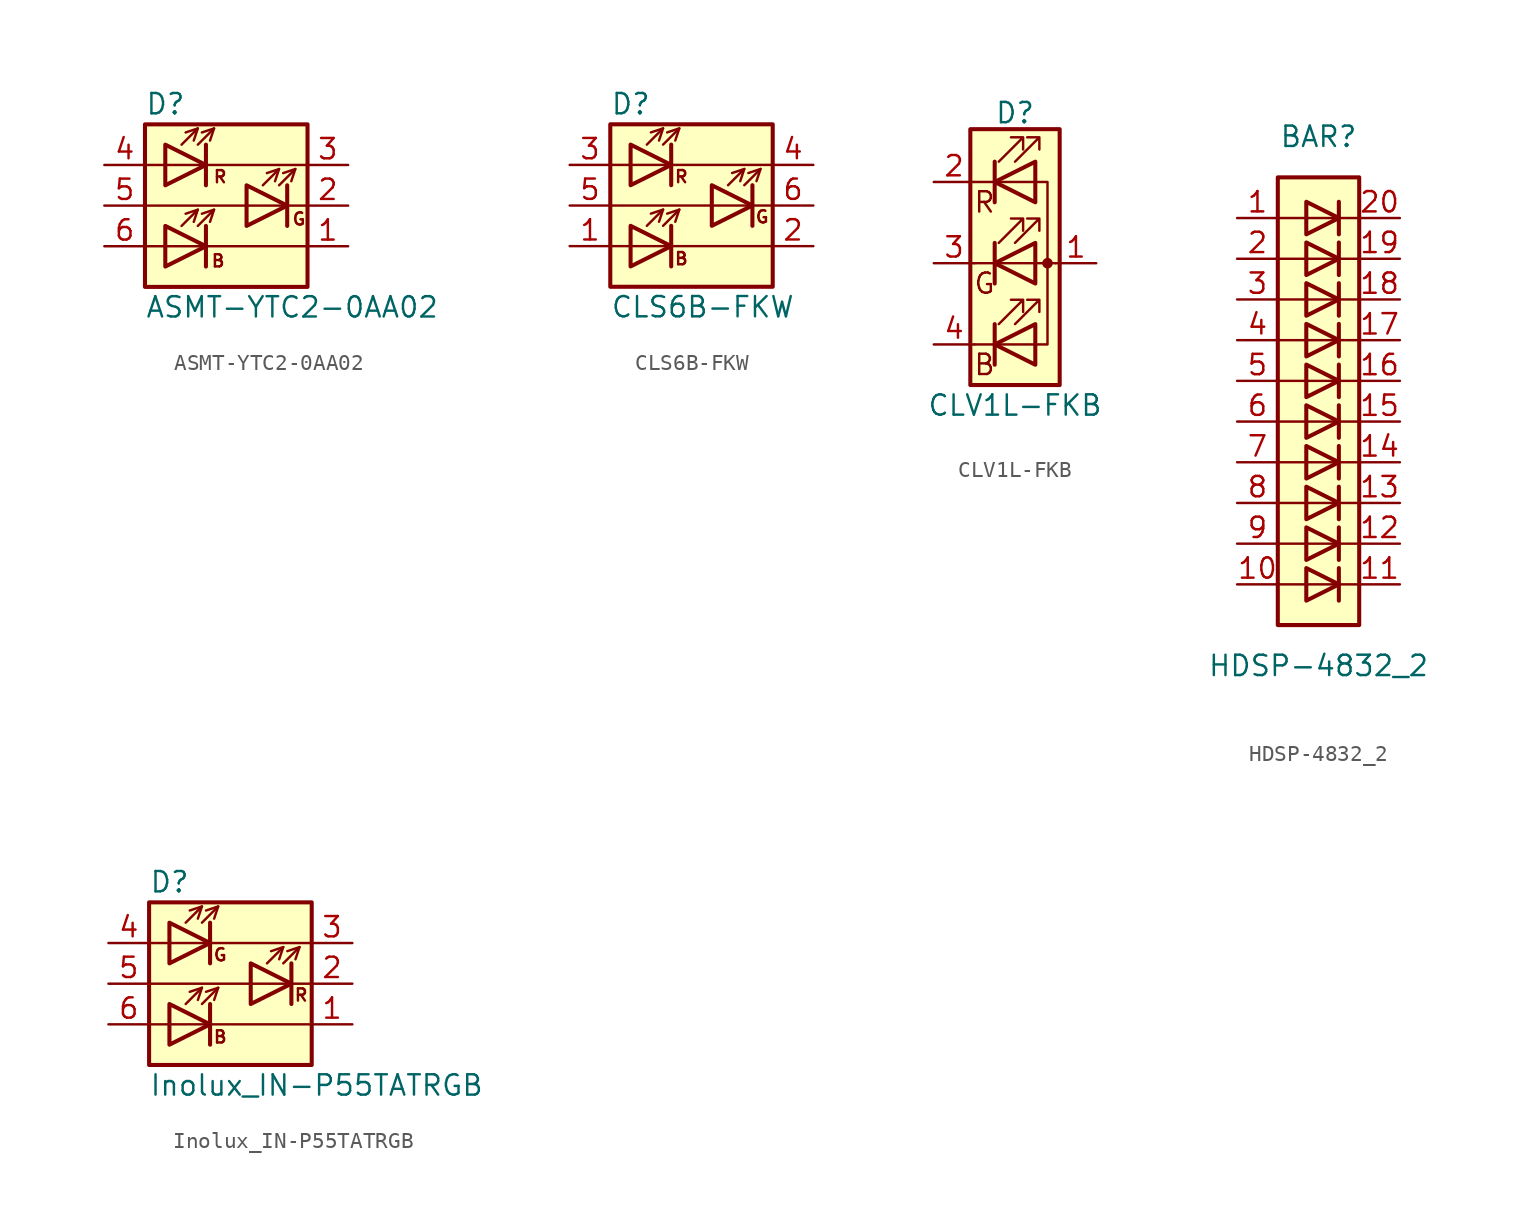
<source format=kicad_sym>
(kicad_symbol_lib
  (version 20231120)
  (generator "kicad_symbol_editor")
  (generator_version "8.0")
  (symbol "ASMT-YTC2-0AA02"
    (pin_names hide)
    (property "Reference" "D"
      (at -5.08 6.35 0)
      (effects (font (size 1.27 1.27)) (justify left)))
    (property "Value" "ASMT-YTC2-0AA02"
      (at -5.08 -6.35 0)
      (effects (font (size 1.27 1.27)) (justify left)))
    (symbol "ASMT-YTC2-0AA02_0_0"
      (text "B" (at -0.508 -3.454 0) (effects (font (size 0.762 0.762))))
      (text "G" (at 4.547 -0.838 0) (effects (font (size 0.762 0.762))))
      (text "R" (at -0.381 1.803 0) (effects (font (size 0.762 0.762)))))
    (symbol "ASMT-YTC2-0AA02_0_1"
      (rectangle (start -5.08 5.08) (end 5.08 -5.08) (stroke (width 0.254) (type default)) (fill (type background)))
      (polyline (pts (xy -5.08 -2.54) (xy 5.08 -2.54)) (stroke (width 0) (type default)) (fill (type none)))
      (polyline (pts (xy -5.08 0) (xy 5.08 0)) (stroke (width 0) (type default)) (fill (type none)))
      (polyline (pts (xy -5.08 2.54) (xy 5.08 2.54)) (stroke (width 0) (type default)) (fill (type none)))
      (polyline (pts (xy -2.794 -1.27) (xy -1.778 -0.254)) (stroke (width 0) (type default)) (fill (type none)))
      (polyline (pts (xy -2.794 3.81) (xy -1.778 4.826)) (stroke (width 0) (type default)) (fill (type none)))
      (polyline (pts (xy -1.778 -1.27) (xy -0.762 -0.254)) (stroke (width 0) (type default)) (fill (type none)))
      (polyline (pts (xy -1.778 3.81) (xy -0.762 4.826)) (stroke (width 0) (type default)) (fill (type none)))
      (polyline (pts (xy -1.27 -1.27) (xy -1.27 -3.81)) (stroke (width 0.254) (type default)) (fill (type none)))
      (polyline (pts (xy -1.27 3.81) (xy -1.27 1.27)) (stroke (width 0.254) (type default)) (fill (type none)))
      (polyline (pts (xy 2.286 1.27) (xy 3.302 2.286)) (stroke (width 0) (type default)) (fill (type none)))
      (polyline (pts (xy 3.302 1.27) (xy 4.318 2.286)) (stroke (width 0) (type default)) (fill (type none)))
      (polyline (pts (xy 3.81 1.27) (xy 3.81 -1.27)) (stroke (width 0.254) (type default)) (fill (type none)))
      (polyline (pts (xy -2.54 4.572) (xy -1.778 4.826) (xy -2.032 4.064)) (stroke (width 0) (type default)) (fill (type none)))
      (polyline (pts (xy -2.032 -1.016) (xy -1.778 -0.254) (xy -2.54 -0.508)) (stroke (width 0) (type default)) (fill (type none)))
      (polyline (pts (xy -1.524 -0.508) (xy -0.762 -0.254) (xy -1.016 -1.016)) (stroke (width 0) (type default)) (fill (type none)))
      (polyline (pts (xy -1.524 4.572) (xy -0.762 4.826) (xy -1.016 4.064)) (stroke (width 0) (type default)) (fill (type none)))
      (polyline (pts (xy 3.048 1.524) (xy 3.302 2.286) (xy 2.54 2.032)) (stroke (width 0) (type default)) (fill (type none)))
      (polyline (pts (xy 3.556 2.032) (xy 4.318 2.286) (xy 4.064 1.524)) (stroke (width 0) (type default)) (fill (type none)))
      (polyline (pts (xy -3.81 -1.27) (xy -3.81 -3.81) (xy -1.27 -2.54) (xy -3.81 -1.27)) (stroke (width 0.254) (type default)) (fill (type none)))
      (polyline (pts (xy -3.81 3.81) (xy -3.81 1.27) (xy -1.27 2.54) (xy -3.81 3.81)) (stroke (width 0.254) (type default)) (fill (type none)))
      (polyline (pts (xy 1.27 1.27) (xy 1.27 -1.27) (xy 3.81 0) (xy 1.27 1.27)) (stroke (width 0.254) (type default)) (fill (type none))))
    (symbol "ASMT-YTC2-0AA02_1_1"
      (pin passive line (at 7.62 -2.54 180) (length 2.54) (name "KB" (effects (font (size 1.27 1.27)))) (number "1" (effects (font (size 1.27 1.27)))))
      (pin passive line (at 7.62 0 180) (length 2.54) (name "KG" (effects (font (size 1.27 1.27)))) (number "2" (effects (font (size 1.27 1.27)))))
      (pin passive line (at 7.62 2.54 180) (length 2.54) (name "KR" (effects (font (size 1.27 1.27)))) (number "3" (effects (font (size 1.27 1.27)))))
      (pin passive line (at -7.62 2.54 0) (length 2.54) (name "AR" (effects (font (size 1.27 1.27)))) (number "4" (effects (font (size 1.27 1.27)))))
      (pin passive line (at -7.62 0 0) (length 2.54) (name "AG" (effects (font (size 1.27 1.27)))) (number "5" (effects (font (size 1.27 1.27)))))
      (pin passive line (at -7.62 -2.54 0) (length 2.54) (name "AB" (effects (font (size 1.27 1.27)))) (number "6" (effects (font (size 1.27 1.27)))))))
  (symbol "CLS6B-FKW"
    (pin_names hide)
    (property "Reference" "D"
      (at -5.08 6.35 0)
      (effects (font (size 1.27 1.27)) (justify left)))
    (property "Value" "CLS6B-FKW"
      (at -5.08 -6.35 0)
      (effects (font (size 1.27 1.27)) (justify left)))
    (symbol "CLS6B-FKW_0_0"
      (text "B" (at -0.635 -3.327 0) (effects (font (size 0.762 0.762))))
      (text "G" (at 4.42 -0.711 0) (effects (font (size 0.762 0.762))))
      (text "R" (at -0.635 1.803 0) (effects (font (size 0.762 0.762)))))
    (symbol "CLS6B-FKW_0_1"
      (rectangle (start -5.08 5.08) (end 5.08 -5.08) (stroke (width 0.254) (type default)) (fill (type background)))
      (polyline (pts (xy -5.08 -2.54) (xy 5.08 -2.54)) (stroke (width 0) (type default)) (fill (type none)))
      (polyline (pts (xy -5.08 0) (xy 5.08 0)) (stroke (width 0) (type default)) (fill (type none)))
      (polyline (pts (xy -5.08 2.54) (xy 5.08 2.54)) (stroke (width 0) (type default)) (fill (type none)))
      (polyline (pts (xy -2.794 -1.27) (xy -1.778 -0.254)) (stroke (width 0) (type default)) (fill (type none)))
      (polyline (pts (xy -2.794 3.81) (xy -1.778 4.826)) (stroke (width 0) (type default)) (fill (type none)))
      (polyline (pts (xy -1.778 -1.27) (xy -0.762 -0.254)) (stroke (width 0) (type default)) (fill (type none)))
      (polyline (pts (xy -1.778 3.81) (xy -0.762 4.826)) (stroke (width 0) (type default)) (fill (type none)))
      (polyline (pts (xy -1.27 -1.27) (xy -1.27 -3.81)) (stroke (width 0.254) (type default)) (fill (type none)))
      (polyline (pts (xy -1.27 3.81) (xy -1.27 1.27)) (stroke (width 0.254) (type default)) (fill (type none)))
      (polyline (pts (xy 2.286 1.27) (xy 3.302 2.286)) (stroke (width 0) (type default)) (fill (type none)))
      (polyline (pts (xy 3.302 1.27) (xy 4.318 2.286)) (stroke (width 0) (type default)) (fill (type none)))
      (polyline (pts (xy 3.81 1.27) (xy 3.81 -1.27)) (stroke (width 0.254) (type default)) (fill (type none)))
      (polyline (pts (xy -2.54 4.572) (xy -1.778 4.826) (xy -2.032 4.064)) (stroke (width 0) (type default)) (fill (type none)))
      (polyline (pts (xy -2.032 -1.016) (xy -1.778 -0.254) (xy -2.54 -0.508)) (stroke (width 0) (type default)) (fill (type none)))
      (polyline (pts (xy -1.524 -0.508) (xy -0.762 -0.254) (xy -1.016 -1.016)) (stroke (width 0) (type default)) (fill (type none)))
      (polyline (pts (xy -1.524 4.572) (xy -0.762 4.826) (xy -1.016 4.064)) (stroke (width 0) (type default)) (fill (type none)))
      (polyline (pts (xy 3.048 1.524) (xy 3.302 2.286) (xy 2.54 2.032)) (stroke (width 0) (type default)) (fill (type none)))
      (polyline (pts (xy 3.556 2.032) (xy 4.318 2.286) (xy 4.064 1.524)) (stroke (width 0) (type default)) (fill (type none)))
      (polyline (pts (xy -3.81 -1.27) (xy -3.81 -3.81) (xy -1.27 -2.54) (xy -3.81 -1.27)) (stroke (width 0.254) (type default)) (fill (type none)))
      (polyline (pts (xy -3.81 3.81) (xy -3.81 1.27) (xy -1.27 2.54) (xy -3.81 3.81)) (stroke (width 0.254) (type default)) (fill (type none)))
      (polyline (pts (xy 1.27 1.27) (xy 1.27 -1.27) (xy 3.81 0) (xy 1.27 1.27)) (stroke (width 0.254) (type default)) (fill (type none))))
    (symbol "CLS6B-FKW_1_1"
      (pin passive line (at -7.62 -2.54 0) (length 2.54) (name "AB" (effects (font (size 1.27 1.27)))) (number "1" (effects (font (size 1.27 1.27)))))
      (pin passive line (at 7.62 -2.54 180) (length 2.54) (name "KB" (effects (font (size 1.27 1.27)))) (number "2" (effects (font (size 1.27 1.27)))))
      (pin passive line (at -7.62 2.54 0) (length 2.54) (name "AR" (effects (font (size 1.27 1.27)))) (number "3" (effects (font (size 1.27 1.27)))))
      (pin passive line (at 7.62 2.54 180) (length 2.54) (name "KR" (effects (font (size 1.27 1.27)))) (number "4" (effects (font (size 1.27 1.27)))))
      (pin passive line (at -7.62 0 0) (length 2.54) (name "AG" (effects (font (size 1.27 1.27)))) (number "5" (effects (font (size 1.27 1.27)))))
      (pin passive line (at 7.62 0 180) (length 2.54) (name "KR" (effects (font (size 1.27 1.27)))) (number "6" (effects (font (size 1.27 1.27)))))))
  (symbol "CLV1L-FKB"
    (pin_names
      (offset 0) hide)
    (property "Reference" "D"
      (at 0 9.398 0)
      (effects (font (size 1.27 1.27))))
    (property "Value" "CLV1L-FKB"
      (at 0 -8.89 0)
      (effects (font (size 1.27 1.27))))
    (symbol "CLV1L-FKB_0_0"
      (text "B" (at -1.905 -6.35 0) (effects (font (size 1.27 1.27))))
      (text "G" (at -1.905 -1.27 0) (effects (font (size 1.27 1.27))))
      (text "R" (at -1.905 3.81 0) (effects (font (size 1.27 1.27)))))
    (symbol "CLV1L-FKB_0_1"
      (polyline (pts (xy -2.54 -5.08) (xy 1.27 -5.08)) (stroke (width 0) (type default)) (fill (type none)))
      (polyline (pts (xy -1.27 -3.81) (xy -1.27 -6.35)) (stroke (width 0.254) (type default)) (fill (type none)))
      (polyline (pts (xy -1.27 1.27) (xy -1.27 -1.27)) (stroke (width 0.254) (type default)) (fill (type none)))
      (polyline (pts (xy -1.27 6.35) (xy -1.27 3.81)) (stroke (width 0.254) (type default)) (fill (type none)))
      (polyline (pts (xy 1.27 5.08) (xy -2.54 5.08)) (stroke (width 0) (type default)) (fill (type none)))
      (polyline (pts (xy 2.54 0) (xy -2.54 0)) (stroke (width 0) (type default)) (fill (type none)))
      (polyline (pts (xy 1.27 -5.08) (xy 2.032 -5.08) (xy 2.032 5.08) (xy 1.27 5.08)) (stroke (width 0) (type default)) (fill (type none)))
      (polyline (pts (xy 1.27 -3.81) (xy 1.27 -6.35) (xy -1.27 -5.08) (xy 1.27 -3.81)) (stroke (width 0.254) (type default)) (fill (type none)))
      (polyline (pts (xy 1.27 1.27) (xy 1.27 -1.27) (xy -1.27 0) (xy 1.27 1.27)) (stroke (width 0.254) (type default)) (fill (type none)))
      (polyline (pts (xy 1.27 6.35) (xy 1.27 3.81) (xy -1.27 5.08) (xy 1.27 6.35)) (stroke (width 0.254) (type default)) (fill (type none)))
      (polyline (pts (xy -1.016 -3.81) (xy 0.508 -2.286) (xy -0.254 -2.286) (xy 0.508 -2.286) (xy 0.508 -3.048)) (stroke (width 0) (type default)) (fill (type none)))
      (polyline (pts (xy -1.016 1.27) (xy 0.508 2.794) (xy -0.254 2.794) (xy 0.508 2.794) (xy 0.508 2.032)) (stroke (width 0) (type default)) (fill (type none)))
      (polyline (pts (xy -1.016 6.35) (xy 0.508 7.874) (xy -0.254 7.874) (xy 0.508 7.874) (xy 0.508 7.112)) (stroke (width 0) (type default)) (fill (type none)))
      (polyline (pts (xy 0 -3.81) (xy 1.524 -2.286) (xy 0.762 -2.286) (xy 1.524 -2.286) (xy 1.524 -3.048)) (stroke (width 0) (type default)) (fill (type none)))
      (polyline (pts (xy 0 1.27) (xy 1.524 2.794) (xy 0.762 2.794) (xy 1.524 2.794) (xy 1.524 2.032)) (stroke (width 0) (type default)) (fill (type none)))
      (polyline (pts (xy 0 6.35) (xy 1.524 7.874) (xy 0.762 7.874) (xy 1.524 7.874) (xy 1.524 7.112)) (stroke (width 0) (type default)) (fill (type none)))
      (rectangle (start 1.27 6.35) (end 1.27 6.35) (stroke (width 0) (type default)) (fill (type none)))
      (circle (center 2.032 0) (radius 0.254) (stroke (width 0) (type default)) (fill (type outline)))
      (rectangle (start 2.794 8.382) (end -2.794 -7.62) (stroke (width 0.254) (type default)) (fill (type background))))
    (symbol "CLV1L-FKB_1_1"
      (pin passive line (at 5.08 0 180) (length 2.54) (name "A" (effects (font (size 1.27 1.27)))) (number "1" (effects (font (size 1.27 1.27)))))
      (pin passive line (at -5.08 5.08 0) (length 2.54) (name "RK" (effects (font (size 1.27 1.27)))) (number "2" (effects (font (size 1.27 1.27)))))
      (pin passive line (at -5.08 0 0) (length 2.54) (name "GK" (effects (font (size 1.27 1.27)))) (number "3" (effects (font (size 1.27 1.27)))))
      (pin passive line (at -5.08 -5.08 0) (length 2.54) (name "BK" (effects (font (size 1.27 1.27)))) (number "4" (effects (font (size 1.27 1.27)))))))
  (symbol "HDSP-4832_2"
    (pin_names
      (offset 1.016) hide)
    (property "Reference" "BAR"
      (at 0 15.24 0)
      (effects (font (size 1.27 1.27))))
    (property "Value" "HDSP-4832_2"
      (at 0 -17.78 0)
      (effects (font (size 1.27 1.27))))
    (symbol "HDSP-4832_2_0_1"
      (rectangle (start -2.54 12.7) (end 2.54 -15.24) (stroke (width 0.254) (type default)) (fill (type background)))
      (polyline (pts (xy -2.54 -12.7) (xy 2.54 -12.7)) (stroke (width 0) (type default)) (fill (type none)))
      (polyline (pts (xy -2.54 -10.16) (xy 2.54 -10.16)) (stroke (width 0) (type default)) (fill (type none)))
      (polyline (pts (xy -2.54 -7.62) (xy 2.54 -7.62)) (stroke (width 0) (type default)) (fill (type none)))
      (polyline (pts (xy -2.54 -5.08) (xy 2.54 -5.08)) (stroke (width 0) (type default)) (fill (type none)))
      (polyline (pts (xy -2.54 0) (xy 2.54 0)) (stroke (width 0) (type default)) (fill (type none)))
      (polyline (pts (xy -2.54 5.08) (xy 2.54 5.08)) (stroke (width 0) (type default)) (fill (type none)))
      (polyline (pts (xy -2.54 7.62) (xy 2.54 7.62)) (stroke (width 0) (type default)) (fill (type none)))
      (polyline (pts (xy -2.54 10.16) (xy 2.54 10.16)) (stroke (width 0) (type default)) (fill (type none)))
      (polyline (pts (xy 1.27 -11.684) (xy 1.27 -13.716)) (stroke (width 0.254) (type default)) (fill (type none)))
      (polyline (pts (xy 1.27 -9.144) (xy 1.27 -11.176)) (stroke (width 0.254) (type default)) (fill (type none)))
      (polyline (pts (xy 1.27 -6.604) (xy 1.27 -8.636)) (stroke (width 0.254) (type default)) (fill (type none)))
      (polyline (pts (xy 1.27 -4.064) (xy 1.27 -6.096)) (stroke (width 0.254) (type default)) (fill (type none)))
      (polyline (pts (xy 1.27 -1.524) (xy 1.27 -3.556)) (stroke (width 0.254) (type default)) (fill (type none)))
      (polyline (pts (xy 1.27 1.016) (xy 1.27 -1.016)) (stroke (width 0.254) (type default)) (fill (type none)))
      (polyline (pts (xy 1.27 3.556) (xy 1.27 1.524)) (stroke (width 0.254) (type default)) (fill (type none)))
      (polyline (pts (xy 1.27 6.096) (xy 1.27 4.064)) (stroke (width 0.254) (type default)) (fill (type none)))
      (polyline (pts (xy 1.27 8.636) (xy 1.27 6.604)) (stroke (width 0.254) (type default)) (fill (type none)))
      (polyline (pts (xy 1.27 11.176) (xy 1.27 9.144)) (stroke (width 0.254) (type default)) (fill (type none)))
      (polyline (pts (xy 2.54 -2.54) (xy -2.54 -2.54)) (stroke (width 0) (type default)) (fill (type none)))
      (polyline (pts (xy 2.54 2.54) (xy -2.54 2.54)) (stroke (width 0) (type default)) (fill (type none)))
      (polyline (pts (xy -0.762 -11.684) (xy -0.762 -13.716) (xy 1.27 -12.7) (xy -0.762 -11.684)) (stroke (width 0.254) (type default)) (fill (type none)))
      (polyline (pts (xy -0.762 -9.144) (xy -0.762 -11.176) (xy 1.27 -10.16) (xy -0.762 -9.144)) (stroke (width 0.254) (type default)) (fill (type none)))
      (polyline (pts (xy -0.762 -6.604) (xy -0.762 -8.636) (xy 1.27 -7.62) (xy -0.762 -6.604)) (stroke (width 0.254) (type default)) (fill (type none)))
      (polyline (pts (xy -0.762 -4.064) (xy -0.762 -6.096) (xy 1.27 -5.08) (xy -0.762 -4.064)) (stroke (width 0.254) (type default)) (fill (type none)))
      (polyline (pts (xy -0.762 -1.524) (xy -0.762 -3.556) (xy 1.27 -2.54) (xy -0.762 -1.524)) (stroke (width 0.254) (type default)) (fill (type none)))
      (polyline (pts (xy -0.762 1.016) (xy -0.762 -1.016) (xy 1.27 0) (xy -0.762 1.016)) (stroke (width 0.254) (type default)) (fill (type none)))
      (polyline (pts (xy -0.762 3.556) (xy -0.762 1.524) (xy 1.27 2.54) (xy -0.762 3.556)) (stroke (width 0.254) (type default)) (fill (type none)))
      (polyline (pts (xy -0.762 6.096) (xy -0.762 4.064) (xy 1.27 5.08) (xy -0.762 6.096)) (stroke (width 0.254) (type default)) (fill (type none)))
      (polyline (pts (xy -0.762 8.636) (xy -0.762 6.604) (xy 1.27 7.62) (xy -0.762 8.636)) (stroke (width 0.254) (type default)) (fill (type none)))
      (polyline (pts (xy -0.762 11.176) (xy -0.762 9.144) (xy 1.27 10.16) (xy -0.762 11.176)) (stroke (width 0.254) (type default)) (fill (type none))))
    (symbol "HDSP-4832_2_1_1"
      (pin passive line (at -5.08 10.16 0) (length 2.54) (name "A" (effects (font (size 1.27 1.27)))) (number "1" (effects (font (size 1.27 1.27)))))
      (pin passive line (at -5.08 -12.7 0) (length 2.54) (name "A" (effects (font (size 1.27 1.27)))) (number "10" (effects (font (size 1.27 1.27)))))
      (pin passive line (at 5.08 -12.7 180) (length 2.54) (name "K" (effects (font (size 1.27 1.27)))) (number "11" (effects (font (size 1.27 1.27)))))
      (pin passive line (at 5.08 -10.16 180) (length 2.54) (name "K" (effects (font (size 1.27 1.27)))) (number "12" (effects (font (size 1.27 1.27)))))
      (pin passive line (at 5.08 -7.62 180) (length 2.54) (name "K" (effects (font (size 1.27 1.27)))) (number "13" (effects (font (size 1.27 1.27)))))
      (pin passive line (at 5.08 -5.08 180) (length 2.54) (name "K" (effects (font (size 1.27 1.27)))) (number "14" (effects (font (size 1.27 1.27)))))
      (pin passive line (at 5.08 -2.54 180) (length 2.54) (name "K" (effects (font (size 1.27 1.27)))) (number "15" (effects (font (size 1.27 1.27)))))
      (pin passive line (at 5.08 0 180) (length 2.54) (name "K" (effects (font (size 1.27 1.27)))) (number "16" (effects (font (size 1.27 1.27)))))
      (pin passive line (at 5.08 2.54 180) (length 2.54) (name "K" (effects (font (size 1.27 1.27)))) (number "17" (effects (font (size 1.27 1.27)))))
      (pin passive line (at 5.08 5.08 180) (length 2.54) (name "K" (effects (font (size 1.27 1.27)))) (number "18" (effects (font (size 1.27 1.27)))))
      (pin passive line (at 5.08 7.62 180) (length 2.54) (name "K" (effects (font (size 1.27 1.27)))) (number "19" (effects (font (size 1.27 1.27)))))
      (pin passive line (at -5.08 7.62 0) (length 2.54) (name "A" (effects (font (size 1.27 1.27)))) (number "2" (effects (font (size 1.27 1.27)))))
      (pin passive line (at 5.08 10.16 180) (length 2.54) (name "K" (effects (font (size 1.27 1.27)))) (number "20" (effects (font (size 1.27 1.27)))))
      (pin passive line (at -5.08 5.08 0) (length 2.54) (name "A" (effects (font (size 1.27 1.27)))) (number "3" (effects (font (size 1.27 1.27)))))
      (pin passive line (at -5.08 2.54 0) (length 2.54) (name "A" (effects (font (size 1.27 1.27)))) (number "4" (effects (font (size 1.27 1.27)))))
      (pin passive line (at -5.08 0 0) (length 2.54) (name "A" (effects (font (size 1.27 1.27)))) (number "5" (effects (font (size 1.27 1.27)))))
      (pin passive line (at -5.08 -2.54 0) (length 2.54) (name "A" (effects (font (size 1.27 1.27)))) (number "6" (effects (font (size 1.27 1.27)))))
      (pin passive line (at -5.08 -5.08 0) (length 2.54) (name "A" (effects (font (size 1.27 1.27)))) (number "7" (effects (font (size 1.27 1.27)))))
      (pin passive line (at -5.08 -7.62 0) (length 2.54) (name "A" (effects (font (size 1.27 1.27)))) (number "8" (effects (font (size 1.27 1.27)))))
      (pin passive line (at -5.08 -10.16 0) (length 2.54) (name "A" (effects (font (size 1.27 1.27)))) (number "9" (effects (font (size 1.27 1.27)))))))
  (symbol "Inolux_IN-P55TATRGB"
    (pin_names hide)
    (property "Reference" "D"
      (at -5.08 6.35 0)
      (effects (font (size 1.27 1.27)) (justify left)))
    (property "Value" "Inolux_IN-P55TATRGB"
      (at -5.08 -6.35 0)
      (effects (font (size 1.27 1.27)) (justify left)))
    (symbol "Inolux_IN-P55TATRGB_0_0"
      (text "B" (at -0.635 -3.327 0) (effects (font (size 0.762 0.762)))))
    (symbol "Inolux_IN-P55TATRGB_0_1"
      (rectangle (start -5.08 5.08) (end 5.08 -5.08) (stroke (width 0.254) (type default)) (fill (type background)))
      (polyline (pts (xy -5.08 -2.54) (xy 5.08 -2.54)) (stroke (width 0) (type default)) (fill (type none)))
      (polyline (pts (xy -5.08 0) (xy 5.08 0)) (stroke (width 0) (type default)) (fill (type none)))
      (polyline (pts (xy -5.08 2.54) (xy 5.08 2.54)) (stroke (width 0) (type default)) (fill (type none)))
      (polyline (pts (xy -2.794 -1.27) (xy -1.778 -0.254)) (stroke (width 0) (type default)) (fill (type none)))
      (polyline (pts (xy -2.794 3.81) (xy -1.778 4.826)) (stroke (width 0) (type default)) (fill (type none)))
      (polyline (pts (xy -1.778 -1.27) (xy -0.762 -0.254)) (stroke (width 0) (type default)) (fill (type none)))
      (polyline (pts (xy -1.778 3.81) (xy -0.762 4.826)) (stroke (width 0) (type default)) (fill (type none)))
      (polyline (pts (xy -1.27 -1.27) (xy -1.27 -3.81)) (stroke (width 0.254) (type default)) (fill (type none)))
      (polyline (pts (xy -1.27 3.81) (xy -1.27 1.27)) (stroke (width 0.254) (type default)) (fill (type none)))
      (polyline (pts (xy 2.286 1.27) (xy 3.302 2.286)) (stroke (width 0) (type default)) (fill (type none)))
      (polyline (pts (xy 3.302 1.27) (xy 4.318 2.286)) (stroke (width 0) (type default)) (fill (type none)))
      (polyline (pts (xy 3.81 1.27) (xy 3.81 -1.27)) (stroke (width 0.254) (type default)) (fill (type none)))
      (polyline (pts (xy -2.54 4.572) (xy -1.778 4.826) (xy -2.032 4.064)) (stroke (width 0) (type default)) (fill (type none)))
      (polyline (pts (xy -2.032 -1.016) (xy -1.778 -0.254) (xy -2.54 -0.508)) (stroke (width 0) (type default)) (fill (type none)))
      (polyline (pts (xy -1.524 -0.508) (xy -0.762 -0.254) (xy -1.016 -1.016)) (stroke (width 0) (type default)) (fill (type none)))
      (polyline (pts (xy -1.524 4.572) (xy -0.762 4.826) (xy -1.016 4.064)) (stroke (width 0) (type default)) (fill (type none)))
      (polyline (pts (xy 3.048 1.524) (xy 3.302 2.286) (xy 2.54 2.032)) (stroke (width 0) (type default)) (fill (type none)))
      (polyline (pts (xy 3.556 2.032) (xy 4.318 2.286) (xy 4.064 1.524)) (stroke (width 0) (type default)) (fill (type none)))
      (polyline (pts (xy -3.81 -1.27) (xy -3.81 -3.81) (xy -1.27 -2.54) (xy -3.81 -1.27)) (stroke (width 0.254) (type default)) (fill (type none)))
      (polyline (pts (xy -3.81 3.81) (xy -3.81 1.27) (xy -1.27 2.54) (xy -3.81 3.81)) (stroke (width 0.254) (type default)) (fill (type none)))
      (polyline (pts (xy 1.27 1.27) (xy 1.27 -1.27) (xy 3.81 0) (xy 1.27 1.27)) (stroke (width 0.254) (type default)) (fill (type none))))
    (symbol "Inolux_IN-P55TATRGB_1_0"
      (text "G" (at -0.635 1.803 0) (effects (font (size 0.762 0.762))))
      (text "R" (at 4.42 -0.711 0) (effects (font (size 0.762 0.762)))))
    (symbol "Inolux_IN-P55TATRGB_1_1"
      (pin passive line (at 7.62 -2.54 180) (length 2.54) (name "KB" (effects (font (size 1.27 1.27)))) (number "1" (effects (font (size 1.27 1.27)))))
      (pin passive line (at 7.62 0 180) (length 2.54) (name "KR" (effects (font (size 1.27 1.27)))) (number "2" (effects (font (size 1.27 1.27)))))
      (pin passive line (at 7.62 2.54 180) (length 2.54) (name "KG" (effects (font (size 1.27 1.27)))) (number "3" (effects (font (size 1.27 1.27)))))
      (pin passive line (at -7.62 2.54 0) (length 2.54) (name "AG" (effects (font (size 1.27 1.27)))) (number "4" (effects (font (size 1.27 1.27)))))
      (pin passive line (at -7.62 0 0) (length 2.54) (name "AR" (effects (font (size 1.27 1.27)))) (number "5" (effects (font (size 1.27 1.27)))))
      (pin passive line (at -7.62 -2.54 0) (length 2.54) (name "AB" (effects (font (size 1.27 1.27)))) (number "6" (effects (font (size 1.27 1.27))))))))
</source>
